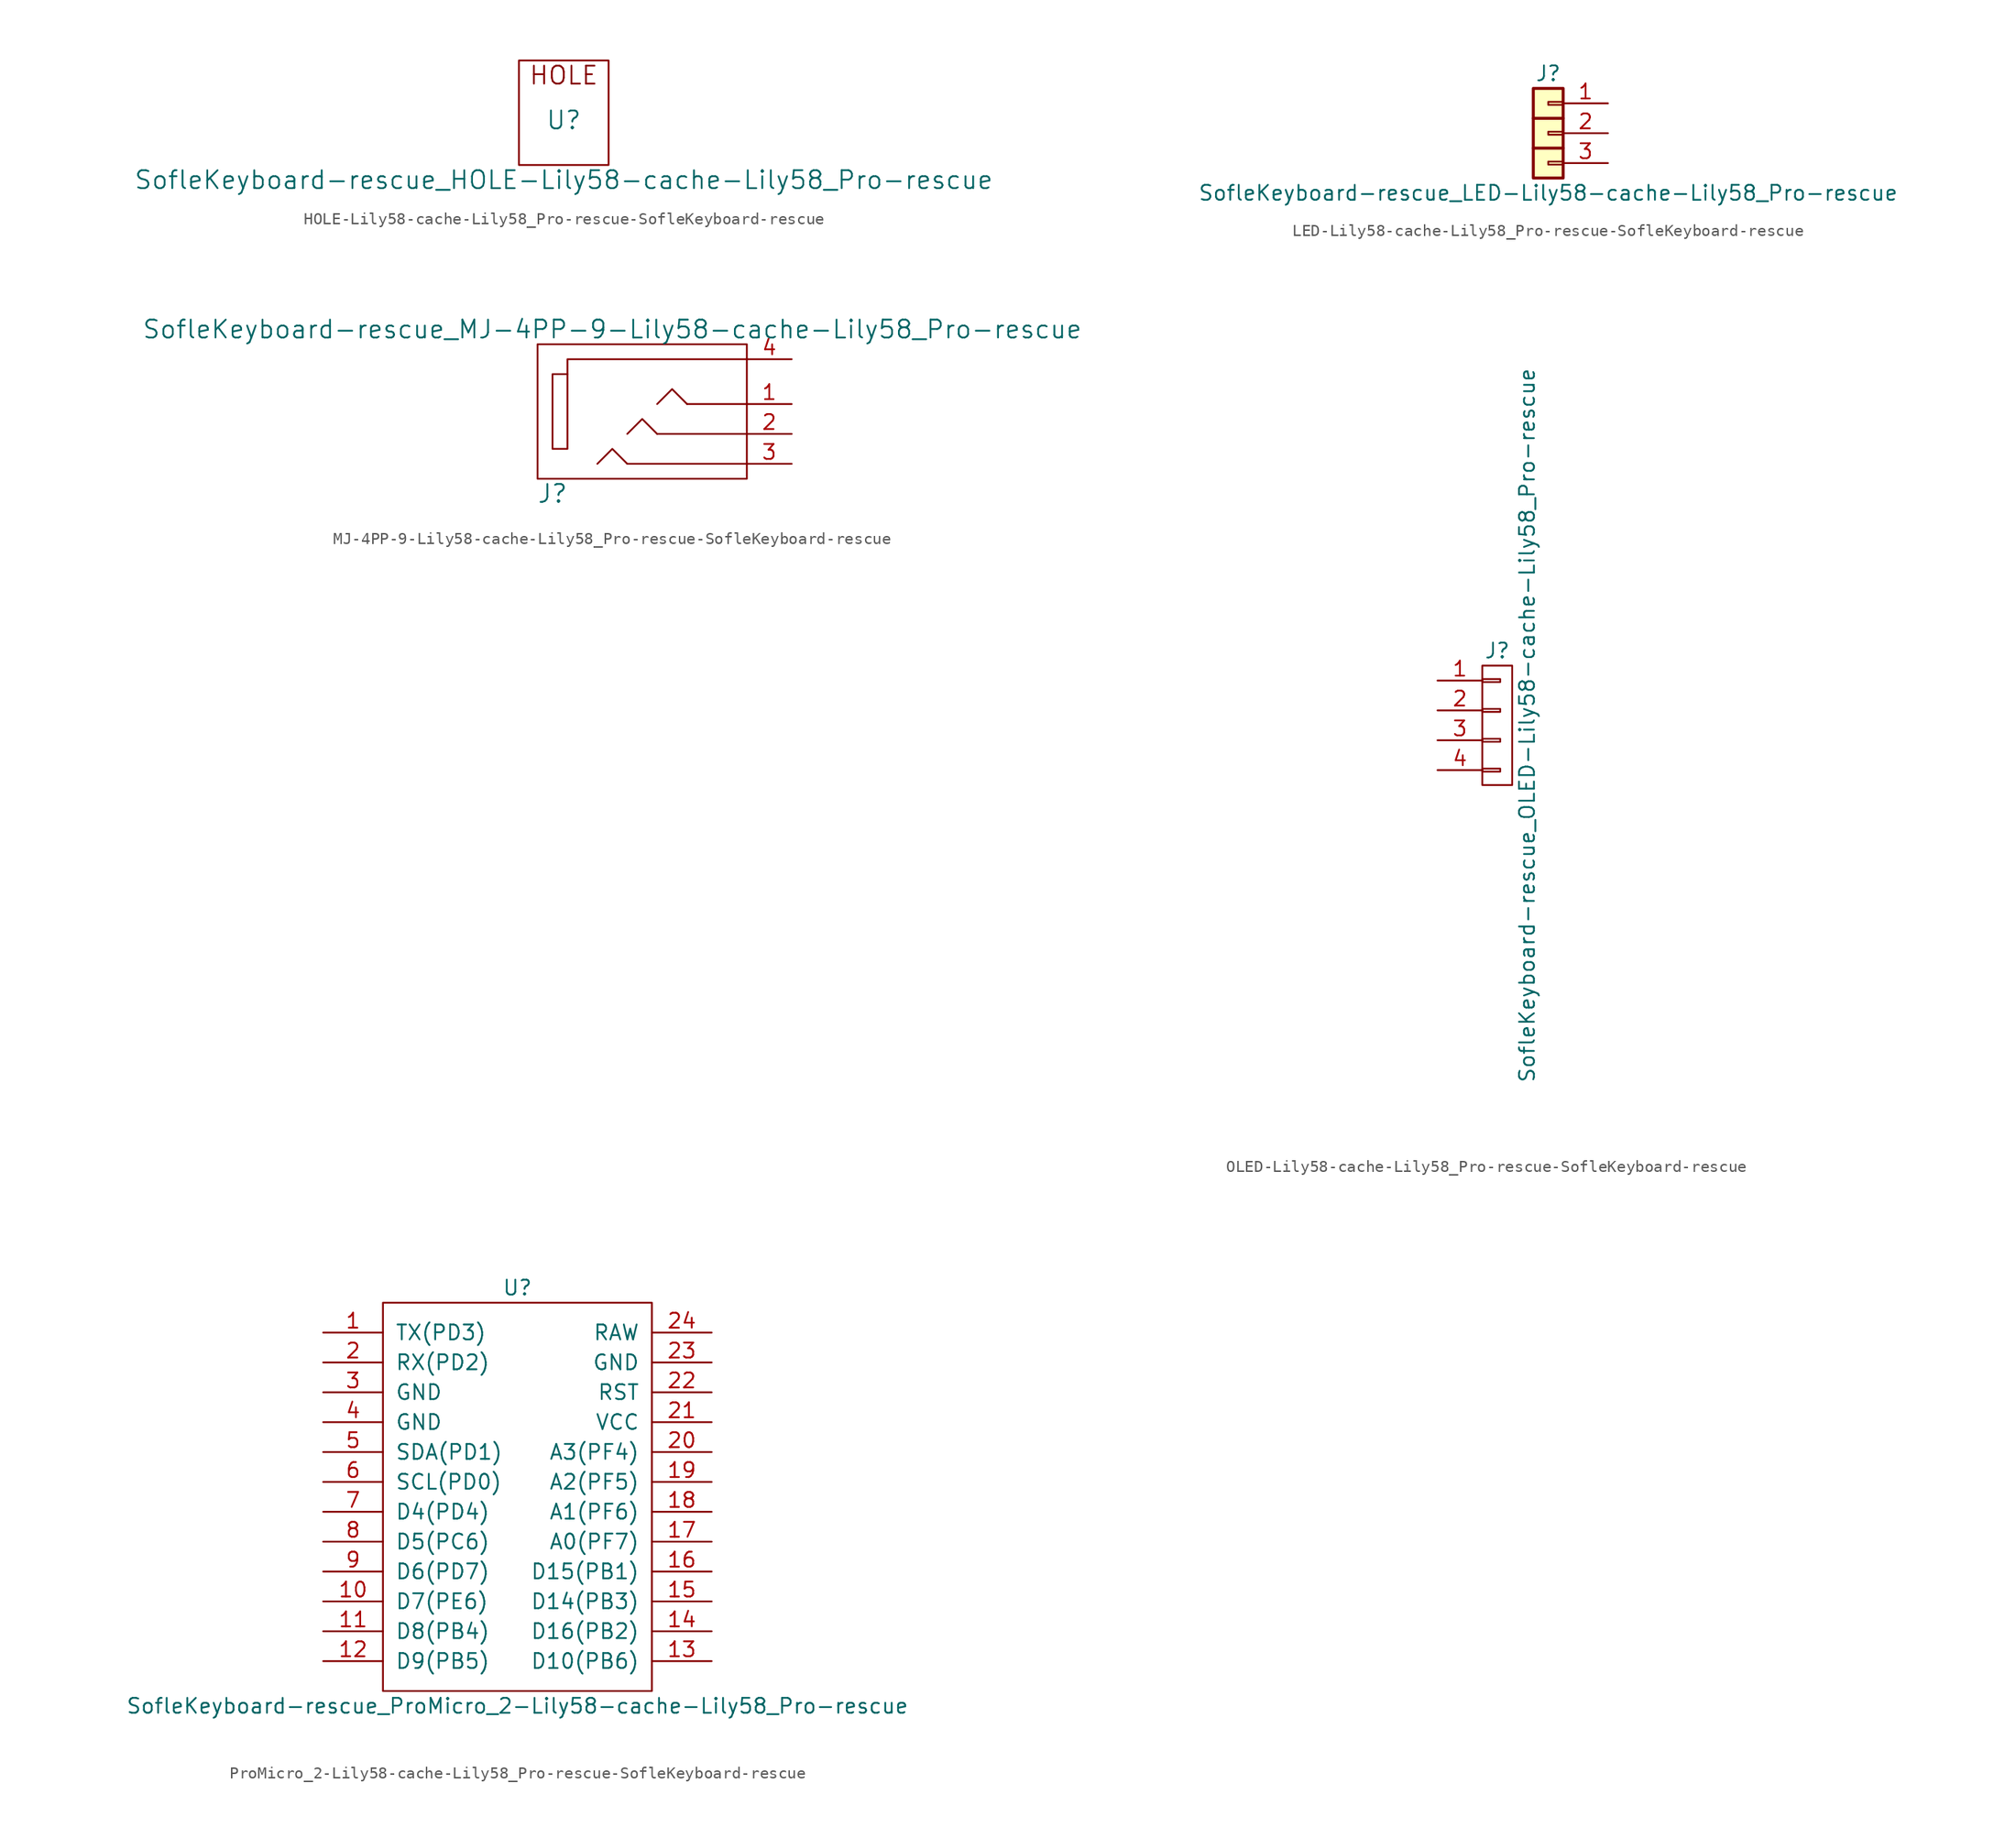
<source format=kicad_sym>
(kicad_symbol_lib
  (version 20241209)
  (generator "kicad_symbol_editor")
  (generator_version "9.0")
  (symbol "HOLE-Lily58-cache-Lily58_Pro-rescue-SofleKeyboard-rescue"
    (pin_names
      (offset 1.016))
    (property "Reference" "U"
      (at 0 0 0)
      (effects (font (size 1.524 1.524))))
    (property "Value" "SofleKeyboard-rescue_HOLE-Lily58-cache-Lily58_Pro-rescue"
      (at 0 -5.08 0)
      (effects (font (size 1.524 1.524))))
    (property "Footprint" ""
      (at 0 0 0)
      (effects (font (size 1.524 1.524))))
    (property "Datasheet" ""
      (at 0 0 0)
      (effects (font (size 1.524 1.524))))
    (symbol "HOLE-Lily58-cache-Lily58_Pro-rescue-SofleKeyboard-rescue_0_0"
      (text "HOLE" (at 0 3.81 0) (effects (font (size 1.524 1.524)))))
    (symbol "HOLE-Lily58-cache-Lily58_Pro-rescue-SofleKeyboard-rescue_0_1"
      (rectangle (start 3.81 5.08) (end -3.81 -3.81) (stroke (width 0) (type solid)) (fill (type none)))))
  (symbol "LED-Lily58-cache-Lily58_Pro-rescue-SofleKeyboard-rescue"
    (pin_names
      (offset 1.016)
      (hide yes))
    (property "Reference" "J"
      (at 0 5.08 0)
      (effects (font (size 1.27 1.27))))
    (property "Value" "SofleKeyboard-rescue_LED-Lily58-cache-Lily58_Pro-rescue"
      (at 0 -5.08 0)
      (effects (font (size 1.27 1.27))))
    (symbol "LED-Lily58-cache-Lily58_Pro-rescue-SofleKeyboard-rescue_1_1"
      (rectangle (start -1.27 3.81) (end 1.27 -3.81) (stroke (width 0.254) (type solid)) (fill (type background)))
      (polyline (pts (xy -1.27 1.27) (xy 1.27 1.27)) (stroke (width 0.254) (type solid)) (fill (type none)))
      (polyline (pts (xy -1.27 -1.27) (xy 1.27 -1.27)) (stroke (width 0.254) (type solid)) (fill (type none)))
      (rectangle (start 0 2.667) (end 1.27 2.413) (stroke (width 0.152) (type solid)) (fill (type none)))
      (rectangle (start 0 0.127) (end 1.27 -0.127) (stroke (width 0.152) (type solid)) (fill (type none)))
      (rectangle (start 0 -2.413) (end 1.27 -2.667) (stroke (width 0.152) (type solid)) (fill (type none)))
      (pin passive line (at 5.08 2.54 180) (length 3.81) (name "Pin_1" (effects (font (size 1.27 1.27)))) (number "1" (effects (font (size 1.27 1.27)))))
      (pin passive line (at 5.08 0 180) (length 3.81) (name "Pin_2" (effects (font (size 1.27 1.27)))) (number "2" (effects (font (size 1.27 1.27)))))
      (pin passive line (at 5.08 -2.54 180) (length 3.81) (name "Pin_3" (effects (font (size 1.27 1.27)))) (number "3" (effects (font (size 1.27 1.27)))))))
  (symbol "MJ-4PP-9-Lily58-cache-Lily58_Pro-rescue-SofleKeyboard-rescue"
    (pin_names
      (offset 1.016))
    (property "Reference" "J"
      (at -8.89 -7.62 0)
      (effects (font (size 1.524 1.524))))
    (property "Value" "SofleKeyboard-rescue_MJ-4PP-9-Lily58-cache-Lily58_Pro-rescue"
      (at -3.81 6.35 0)
      (effects (font (size 1.524 1.524))))
    (property "Footprint" ""
      (at 0 0 0)
      (effects (font (size 1.524 1.524))))
    (property "Datasheet" ""
      (at 0 0 0)
      (effects (font (size 1.524 1.524))))
    (symbol "MJ-4PP-9-Lily58-cache-Lily58_Pro-rescue-SofleKeyboard-rescue_0_1"
      (rectangle (start -7.62 2.54) (end -8.89 -3.81) (stroke (width 0) (type solid)) (fill (type none)))
      (polyline (pts (xy -2.54 -5.08) (xy 7.62 -5.08) (xy 7.62 -5.08)) (stroke (width 0) (type solid)) (fill (type none)))
      (polyline (pts (xy -2.54 -5.08) (xy -3.81 -3.81) (xy -5.08 -5.08) (xy -5.08 -5.08)) (stroke (width 0) (type solid)) (fill (type none)))
      (polyline (pts (xy 0 0) (xy 1.27 1.27) (xy 2.54 0)) (stroke (width 0) (type solid)) (fill (type none)))
      (polyline (pts (xy 0 -2.54) (xy -1.27 -1.27) (xy -2.54 -2.54)) (stroke (width 0) (type solid)) (fill (type none)))
      (polyline (pts (xy 0 -2.54) (xy 7.62 -2.54) (xy 7.62 -2.54) (xy 7.62 -2.54)) (stroke (width 0) (type solid)) (fill (type none)))
      (polyline (pts (xy 2.54 0) (xy 7.62 0)) (stroke (width 0) (type solid)) (fill (type none)))
      (polyline (pts (xy 7.62 3.81) (xy -7.62 3.81) (xy -7.62 2.54)) (stroke (width 0) (type solid)) (fill (type none)))
      (rectangle (start 7.62 -6.35) (end -10.16 5.08) (stroke (width 0) (type solid)) (fill (type none))))
    (symbol "MJ-4PP-9-Lily58-cache-Lily58_Pro-rescue-SofleKeyboard-rescue_1_1"
      (pin passive line (at 11.43 3.81 180) (length 3.81) (name "~" (effects (font (size 1.27 1.27)))) (number "4" (effects (font (size 1.27 1.27)))))
      (pin passive line (at 11.43 0 180) (length 3.81) (name "~" (effects (font (size 1.27 1.27)))) (number "1" (effects (font (size 1.27 1.27)))))
      (pin passive line (at 11.43 -2.54 180) (length 3.81) (name "~" (effects (font (size 1.27 1.27)))) (number "2" (effects (font (size 1.27 1.27)))))
      (pin passive line (at 11.43 -5.08 180) (length 3.81) (name "~" (effects (font (size 1.27 1.27)))) (number "3" (effects (font (size 1.27 1.27)))))))
  (symbol "OLED-Lily58-cache-Lily58_Pro-rescue-SofleKeyboard-rescue"
    (pin_names
      (offset 1.016)
      (hide yes))
    (property "Reference" "J"
      (at 0 6.35 0)
      (effects (font (size 1.27 1.27))))
    (property "Value" "SofleKeyboard-rescue_OLED-Lily58-cache-Lily58_Pro-rescue"
      (at 2.54 0 90)
      (effects (font (size 1.27 1.27))))
    (property "Footprint" ""
      (at 0 0 0)
      (effects (font (size 1.27 1.27))))
    (property "Datasheet" ""
      (at 0 0 0)
      (effects (font (size 1.27 1.27))))
    (symbol "OLED-Lily58-cache-Lily58_Pro-rescue-SofleKeyboard-rescue_0_1"
      (rectangle (start -1.27 5.08) (end 1.27 -5.08) (stroke (width 0) (type solid)) (fill (type none)))
      (rectangle (start -1.27 3.937) (end 0.254 3.683) (stroke (width 0) (type solid)) (fill (type none)))
      (rectangle (start -1.27 1.397) (end 0.254 1.143) (stroke (width 0) (type solid)) (fill (type none)))
      (rectangle (start -1.27 -1.143) (end 0.254 -1.397) (stroke (width 0) (type solid)) (fill (type none)))
      (rectangle (start -1.27 -3.683) (end 0.254 -3.937) (stroke (width 0) (type solid)) (fill (type none))))
    (symbol "OLED-Lily58-cache-Lily58_Pro-rescue-SofleKeyboard-rescue_1_1"
      (pin passive line (at -5.08 3.81 0) (length 3.81) (name "P1" (effects (font (size 1.27 1.27)))) (number "1" (effects (font (size 1.27 1.27)))))
      (pin passive line (at -5.08 1.27 0) (length 3.81) (name "P2" (effects (font (size 1.27 1.27)))) (number "2" (effects (font (size 1.27 1.27)))))
      (pin passive line (at -5.08 -1.27 0) (length 3.81) (name "P3" (effects (font (size 1.27 1.27)))) (number "3" (effects (font (size 1.27 1.27)))))
      (pin passive line (at -5.08 -3.81 0) (length 3.81) (name "P4" (effects (font (size 1.27 1.27)))) (number "4" (effects (font (size 1.27 1.27)))))))
  (symbol "ProMicro_2-Lily58-cache-Lily58_Pro-rescue-SofleKeyboard-rescue"
    (pin_names
      (offset 1.016))
    (property "Reference" "U"
      (at 0 17.78 0)
      (effects (font (size 1.27 1.27))))
    (property "Value" "SofleKeyboard-rescue_ProMicro_2-Lily58-cache-Lily58_Pro-rescue"
      (at 0 -17.78 0)
      (effects (font (size 1.27 1.27))))
    (symbol "ProMicro_2-Lily58-cache-Lily58_Pro-rescue-SofleKeyboard-rescue_0_1"
      (rectangle (start -11.43 16.51) (end 11.43 -16.51) (stroke (width 0) (type solid)) (fill (type none))))
    (symbol "ProMicro_2-Lily58-cache-Lily58_Pro-rescue-SofleKeyboard-rescue_1_1"
      (pin input line (at -16.51 13.97 0) (length 5.08) (name "TX(PD3)" (effects (font (size 1.27 1.27)))) (number "1" (effects (font (size 1.27 1.27)))))
      (pin input line (at -16.51 11.43 0) (length 5.08) (name "RX(PD2)" (effects (font (size 1.27 1.27)))) (number "2" (effects (font (size 1.27 1.27)))))
      (pin input line (at -16.51 8.89 0) (length 5.08) (name "GND" (effects (font (size 1.27 1.27)))) (number "3" (effects (font (size 1.27 1.27)))))
      (pin input line (at -16.51 6.35 0) (length 5.08) (name "GND" (effects (font (size 1.27 1.27)))) (number "4" (effects (font (size 1.27 1.27)))))
      (pin input line (at -16.51 3.81 0) (length 5.08) (name "SDA(PD1)" (effects (font (size 1.27 1.27)))) (number "5" (effects (font (size 1.27 1.27)))))
      (pin input line (at -16.51 1.27 0) (length 5.08) (name "SCL(PD0)" (effects (font (size 1.27 1.27)))) (number "6" (effects (font (size 1.27 1.27)))))
      (pin input line (at -16.51 -1.27 0) (length 5.08) (name "D4(PD4)" (effects (font (size 1.27 1.27)))) (number "7" (effects (font (size 1.27 1.27)))))
      (pin input line (at -16.51 -3.81 0) (length 5.08) (name "D5(PC6)" (effects (font (size 1.27 1.27)))) (number "8" (effects (font (size 1.27 1.27)))))
      (pin input line (at -16.51 -6.35 0) (length 5.08) (name "D6(PD7)" (effects (font (size 1.27 1.27)))) (number "9" (effects (font (size 1.27 1.27)))))
      (pin input line (at -16.51 -8.89 0) (length 5.08) (name "D7(PE6)" (effects (font (size 1.27 1.27)))) (number "10" (effects (font (size 1.27 1.27)))))
      (pin input line (at -16.51 -11.43 0) (length 5.08) (name "D8(PB4)" (effects (font (size 1.27 1.27)))) (number "11" (effects (font (size 1.27 1.27)))))
      (pin input line (at -16.51 -13.97 0) (length 5.08) (name "D9(PB5)" (effects (font (size 1.27 1.27)))) (number "12" (effects (font (size 1.27 1.27)))))
      (pin input line (at 16.51 13.97 180) (length 5.08) (name "RAW" (effects (font (size 1.27 1.27)))) (number "24" (effects (font (size 1.27 1.27)))))
      (pin input line (at 16.51 11.43 180) (length 5.08) (name "GND" (effects (font (size 1.27 1.27)))) (number "23" (effects (font (size 1.27 1.27)))))
      (pin input line (at 16.51 8.89 180) (length 5.08) (name "RST" (effects (font (size 1.27 1.27)))) (number "22" (effects (font (size 1.27 1.27)))))
      (pin input line (at 16.51 6.35 180) (length 5.08) (name "VCC" (effects (font (size 1.27 1.27)))) (number "21" (effects (font (size 1.27 1.27)))))
      (pin input line (at 16.51 3.81 180) (length 5.08) (name "A3(PF4)" (effects (font (size 1.27 1.27)))) (number "20" (effects (font (size 1.27 1.27)))))
      (pin input line (at 16.51 1.27 180) (length 5.08) (name "A2(PF5)" (effects (font (size 1.27 1.27)))) (number "19" (effects (font (size 1.27 1.27)))))
      (pin input line (at 16.51 -1.27 180) (length 5.08) (name "A1(PF6)" (effects (font (size 1.27 1.27)))) (number "18" (effects (font (size 1.27 1.27)))))
      (pin input line (at 16.51 -3.81 180) (length 5.08) (name "A0(PF7)" (effects (font (size 1.27 1.27)))) (number "17" (effects (font (size 1.27 1.27)))))
      (pin input line (at 16.51 -6.35 180) (length 5.08) (name "D15(PB1)" (effects (font (size 1.27 1.27)))) (number "16" (effects (font (size 1.27 1.27)))))
      (pin input line (at 16.51 -8.89 180) (length 5.08) (name "D14(PB3)" (effects (font (size 1.27 1.27)))) (number "15" (effects (font (size 1.27 1.27)))))
      (pin input line (at 16.51 -11.43 180) (length 5.08) (name "D16(PB2)" (effects (font (size 1.27 1.27)))) (number "14" (effects (font (size 1.27 1.27)))))
      (pin input line (at 16.51 -13.97 180) (length 5.08) (name "D10(PB6)" (effects (font (size 1.27 1.27)))) (number "13" (effects (font (size 1.27 1.27))))))))
</source>
